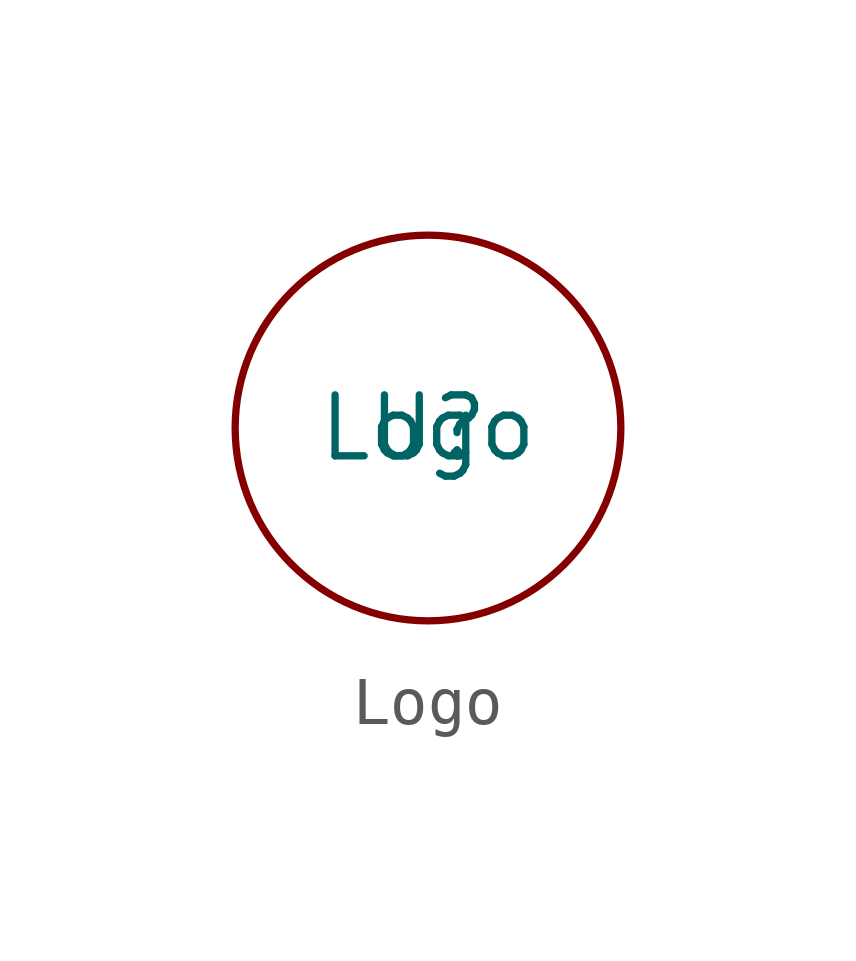
<source format=kicad_sym>
(kicad_symbol_lib
  (version 20211014)
  (generator kicad_symbol_editor)
  (symbol "Logo"
    (property "Reference" "U"
      (at 0 0 0)
      (effects (font (size 1.27 1.27))))
    (property "Value" "Logo"
      (at 0 0 0)
      (effects (font (size 1.27 1.27))))
    (symbol "Logo_0_1"
      (circle (center 0 0) (radius 4.016) (stroke (width 0.152) (type default) (color 0 0 0 0)) (fill (type none))))))
</source>
